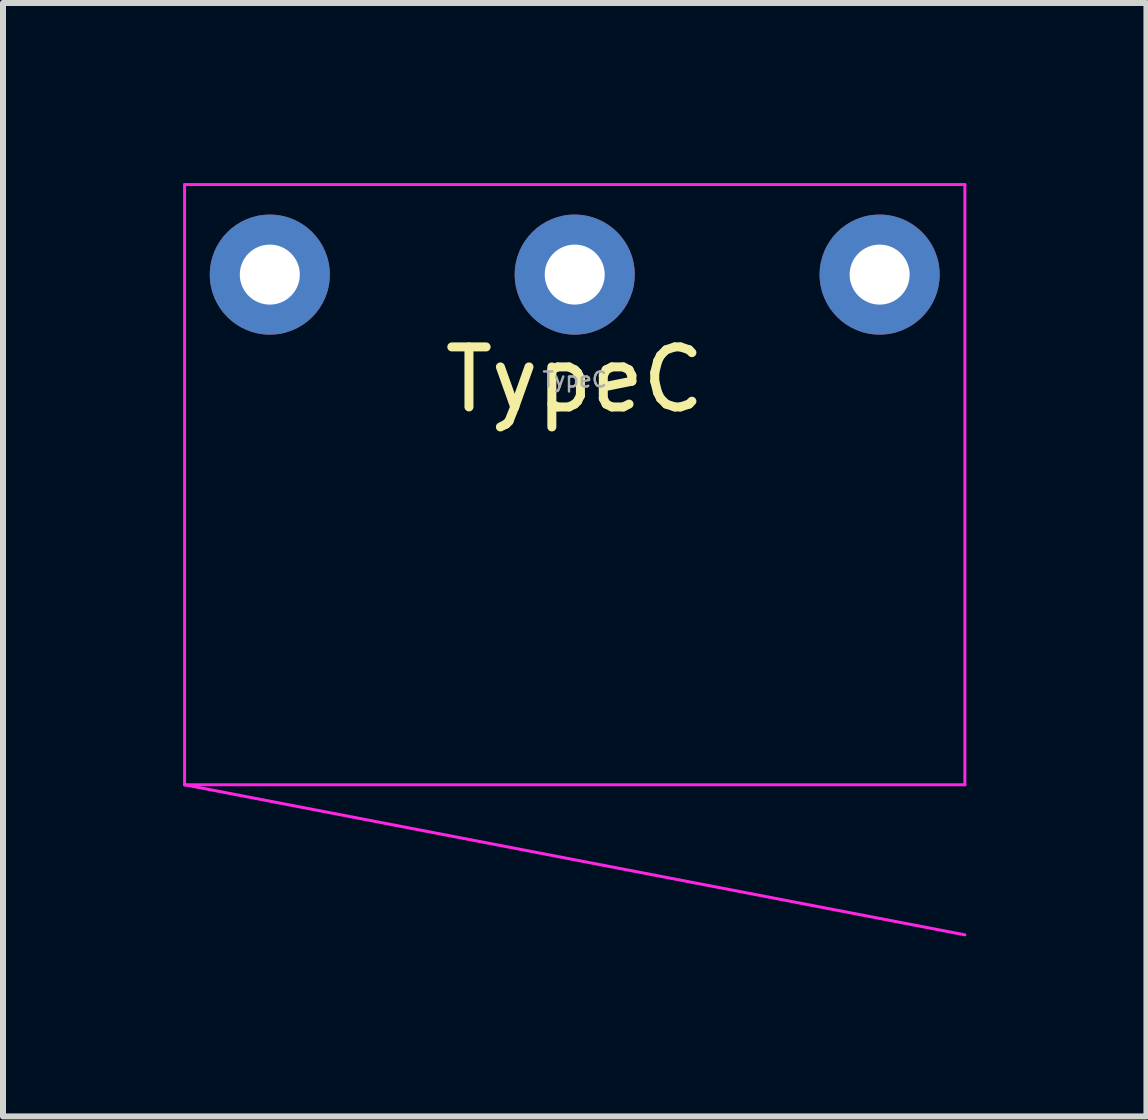
<source format=kicad_pcb>
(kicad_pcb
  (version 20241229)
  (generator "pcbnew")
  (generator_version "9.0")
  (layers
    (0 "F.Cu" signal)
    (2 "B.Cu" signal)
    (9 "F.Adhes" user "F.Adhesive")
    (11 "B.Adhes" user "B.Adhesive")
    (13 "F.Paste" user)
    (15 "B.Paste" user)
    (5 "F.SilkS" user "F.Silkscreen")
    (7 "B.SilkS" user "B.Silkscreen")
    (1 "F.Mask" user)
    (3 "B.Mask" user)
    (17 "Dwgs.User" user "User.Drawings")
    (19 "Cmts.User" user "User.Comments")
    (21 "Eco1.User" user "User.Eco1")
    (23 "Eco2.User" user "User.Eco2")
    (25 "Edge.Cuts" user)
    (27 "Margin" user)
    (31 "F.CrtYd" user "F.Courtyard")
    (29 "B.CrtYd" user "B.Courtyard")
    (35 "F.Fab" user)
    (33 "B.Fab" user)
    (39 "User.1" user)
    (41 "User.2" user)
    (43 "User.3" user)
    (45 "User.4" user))
  (footprint "TypeC"
    (layer "F.Cu")
    (at 6.525 1.525)
    (property "Reference" "TypeC" (at 0 1.75 0) (layer "F.SilkS") (effects (font (size 1 1) (thickness 0.15))))
    (attr through_hole)
    (fp_line (start -6.5 -1.5) (end -6.5 8.5) (stroke (width 0.05) (type solid)) (layer "F.CrtYd"))
    (fp_line (start -6.5 -1.5) (end 6.5 -1.5) (stroke (width 0.05) (type solid)) (layer "F.CrtYd"))
    (fp_line (start -6.5 8.5) (end 6.5 8.5) (stroke (width 0.05) (type solid)) (layer "F.CrtYd"))
    (fp_line (start -6.5 8.5) (end 6.5 11) (stroke (width 0.05) (type solid)) (layer "F.CrtYd"))
    (fp_line (start 6.5 -1.5) (end 6.5 8.5) (stroke (width 0.05) (type solid)) (layer "F.CrtYd"))
    (fp_text user "${REFERENCE}" (at 0 1.75 0) (layer "F.Fab") (effects (font (size 0.25 0.25) (thickness 0.04))))
    (pad "1" thru_hole circle (at -5.08 0) (size 2 2) (drill 1) (layers "*.Cu" "*.Mask"))
    (pad "2" thru_hole circle (at 0 0) (size 2 2) (drill 1) (layers "*.Cu" "*.Mask"))
    (pad "3" thru_hole circle (at 5.08 0) (size 2 2) (drill 1) (layers "*.Cu" "*.Mask")))
  (gr_rect
    (start -3 -3)
    (end 16.05 15.55)
    (stroke (width 0.1) (type default))
    (fill no)
    (layer "Edge.Cuts")))
</source>
